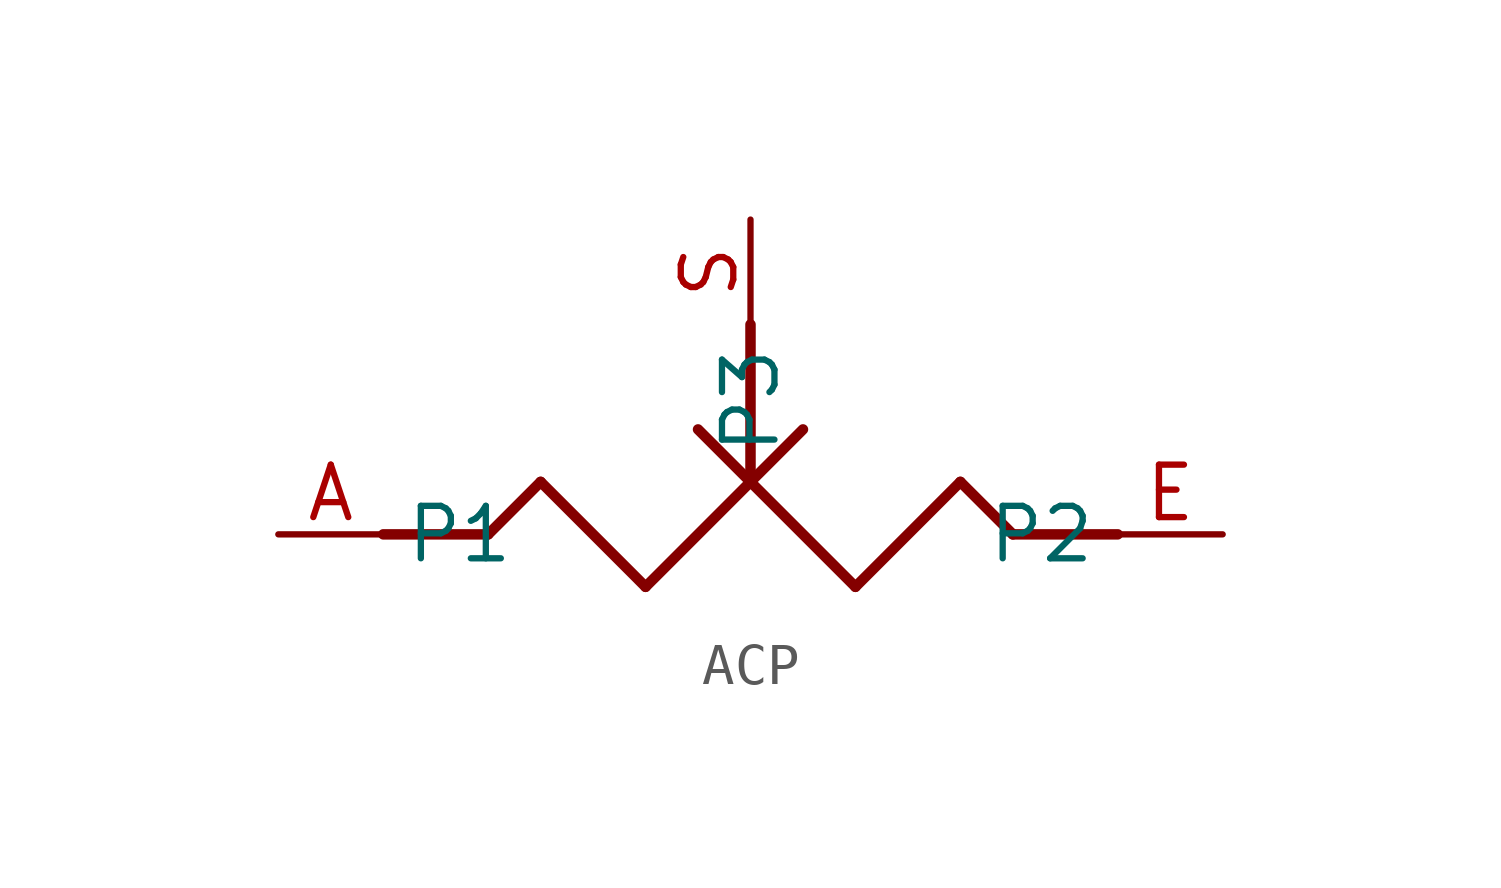
<source format=kicad_sym>
(kicad_symbol_lib
  (version 20220914)
  (generator kicad_symbol_editor)
  (symbol "ACP"
    (property "Reference" ""
      (at 0 0 0)
      (effects (font (size 1.27 1.27)) hide))
    (property "ki_locked" ""
      (at 0 0 0)
      (effects (font (size 1.27 1.27))))
    (symbol "ACP_1_0"
      (polyline (pts (xy 2.54 0) (xy 5.08 0)) (stroke (width 0.254) (type solid)) (fill (type none)))
      (polyline (pts (xy 5.08 0) (xy 6.35 1.27)) (stroke (width 0.254) (type solid)) (fill (type none)))
      (polyline (pts (xy 6.35 1.27) (xy 8.89 -1.27)) (stroke (width 0.254) (type solid)) (fill (type none)))
      (polyline (pts (xy 8.89 -1.27) (xy 11.43 1.27)) (stroke (width 0.254) (type solid)) (fill (type none)))
      (polyline (pts (xy 10.16 2.54) (xy 11.43 1.27)) (stroke (width 0.254) (type solid)) (fill (type none)))
      (polyline (pts (xy 11.43 1.27) (xy 11.43 5.08)) (stroke (width 0.254) (type solid)) (fill (type none)))
      (polyline (pts (xy 11.43 1.27) (xy 12.7 2.54)) (stroke (width 0.254) (type solid)) (fill (type none)))
      (polyline (pts (xy 11.43 1.27) (xy 13.97 -1.27)) (stroke (width 0.254) (type solid)) (fill (type none)))
      (polyline (pts (xy 13.97 -1.27) (xy 16.51 1.27)) (stroke (width 0.254) (type solid)) (fill (type none)))
      (polyline (pts (xy 16.51 1.27) (xy 17.78 0)) (stroke (width 0.254) (type solid)) (fill (type none)))
      (polyline (pts (xy 17.78 0) (xy 20.32 0)) (stroke (width 0.254) (type solid)) (fill (type none)))
      (pin bidirectional line (at 0 0 0) (length 2.54) (name "P1" (effects (font (size 1.27 1.27)))) (number "A" (effects (font (size 1.27 1.27)))))
      (pin bidirectional line (at 22.86 0 180) (length 2.54) (name "P2" (effects (font (size 1.27 1.27)))) (number "E" (effects (font (size 1.27 1.27)))))
      (pin bidirectional line (at 11.43 7.62 270) (length 2.54) (name "P3" (effects (font (size 1.27 1.27)))) (number "S" (effects (font (size 1.27 1.27))))))))
</source>
